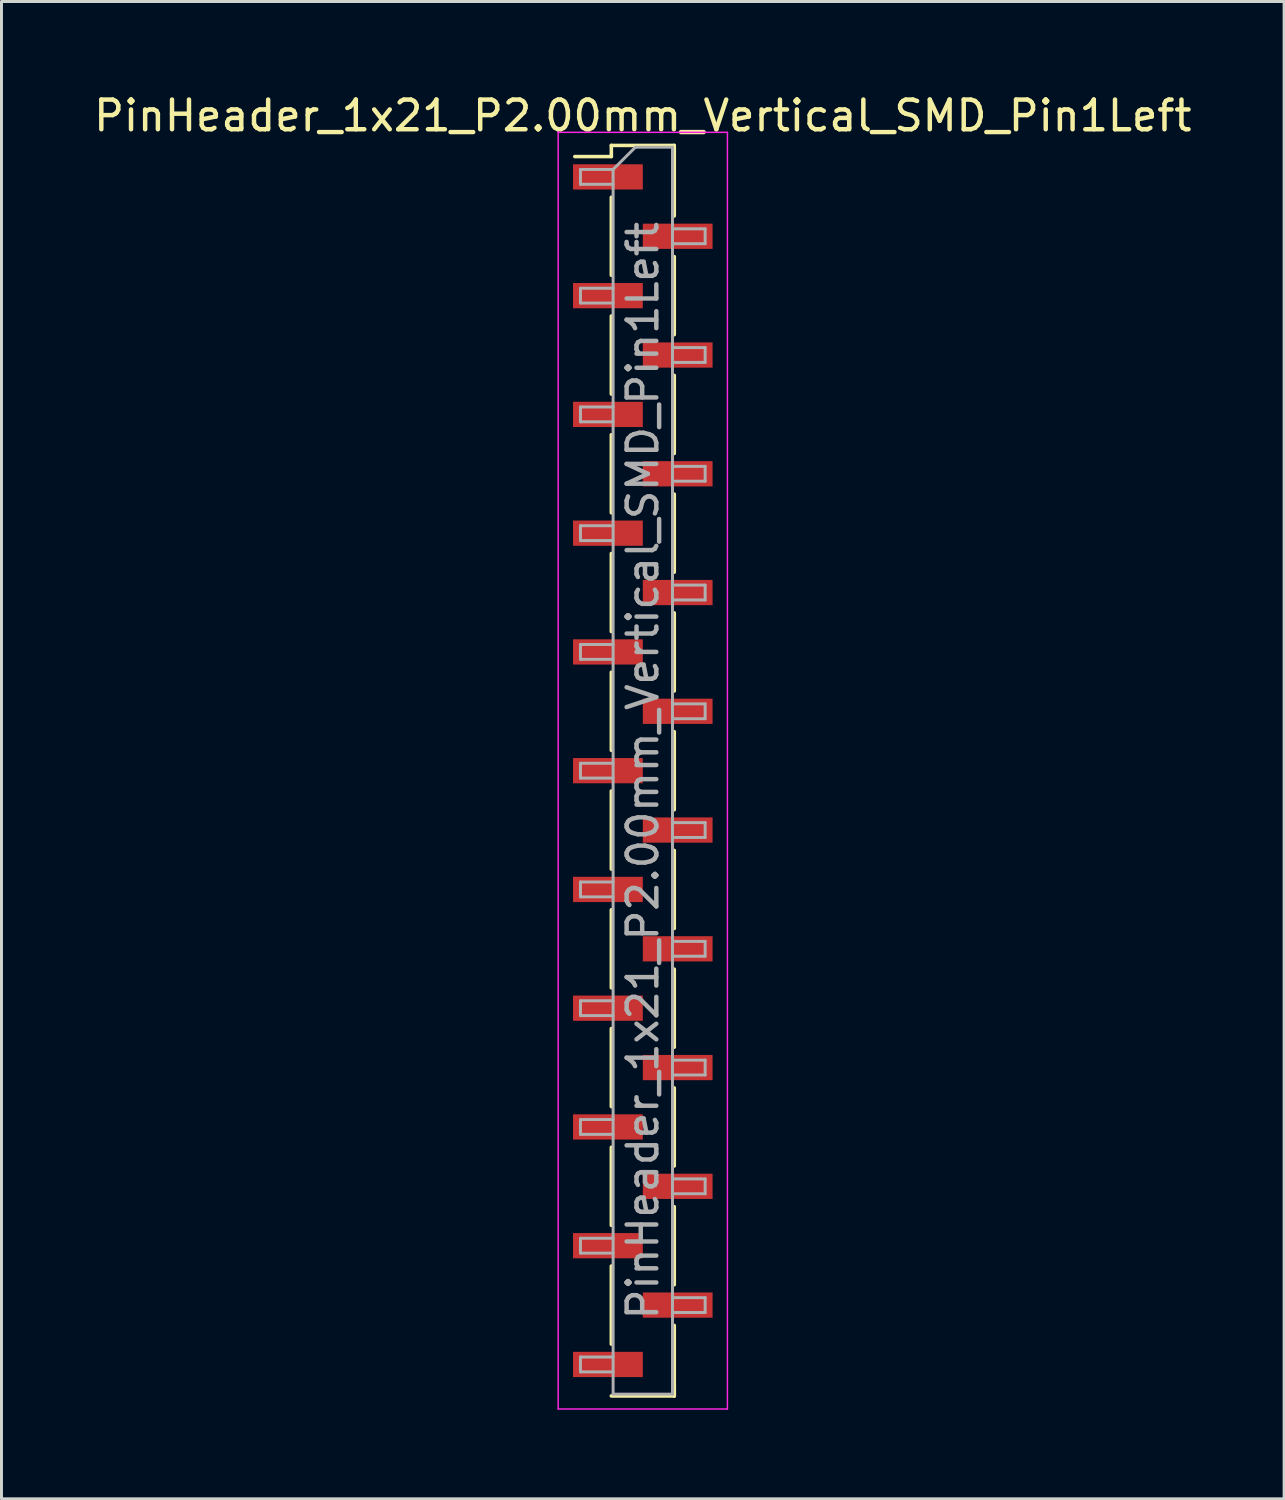
<source format=kicad_pcb>
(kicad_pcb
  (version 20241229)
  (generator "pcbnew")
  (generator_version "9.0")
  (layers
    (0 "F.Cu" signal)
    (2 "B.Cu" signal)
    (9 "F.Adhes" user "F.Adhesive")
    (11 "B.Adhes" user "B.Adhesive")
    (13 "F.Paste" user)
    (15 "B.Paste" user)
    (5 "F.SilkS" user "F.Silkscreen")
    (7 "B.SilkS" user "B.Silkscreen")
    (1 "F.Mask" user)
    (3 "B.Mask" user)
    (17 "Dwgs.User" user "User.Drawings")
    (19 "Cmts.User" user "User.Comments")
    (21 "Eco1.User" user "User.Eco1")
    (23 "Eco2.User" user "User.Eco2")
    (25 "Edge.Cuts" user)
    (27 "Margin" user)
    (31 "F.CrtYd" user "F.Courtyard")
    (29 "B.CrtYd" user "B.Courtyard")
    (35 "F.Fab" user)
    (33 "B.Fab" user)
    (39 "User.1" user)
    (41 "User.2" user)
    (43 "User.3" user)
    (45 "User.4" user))
  (footprint "PinHeader_1x21_P2.00mm_Vertical_SMD_Pin1Left"
    (layer "F.Cu")
    (at 18.601 22.908)
    (property "Reference" "PinHeader_1x21_P2.00mm_Vertical_SMD_Pin1Left" (at 0 -22.06 0) (layer "F.SilkS") (effects (font (size 1 1) (thickness 0.15))))
    (attr smd)
    (fp_line (start -1.06 -21.06) (end -1.06 -20.685) (stroke (width 0.12) (type solid)) (layer "F.SilkS"))
    (fp_line (start -1.06 -21.06) (end 1.06 -21.06) (stroke (width 0.12) (type solid)) (layer "F.SilkS"))
    (fp_line (start -1.06 -20.685) (end -2.29 -20.685) (stroke (width 0.12) (type solid)) (layer "F.SilkS"))
    (fp_line (start -1.06 -19.315) (end -1.06 -16.685) (stroke (width 0.12) (type solid)) (layer "F.SilkS"))
    (fp_line (start -1.06 -15.315) (end -1.06 -12.685) (stroke (width 0.12) (type solid)) (layer "F.SilkS"))
    (fp_line (start -1.06 -11.315) (end -1.06 -8.685) (stroke (width 0.12) (type solid)) (layer "F.SilkS"))
    (fp_line (start -1.06 -7.315) (end -1.06 -4.685) (stroke (width 0.12) (type solid)) (layer "F.SilkS"))
    (fp_line (start -1.06 -3.315) (end -1.06 -0.685) (stroke (width 0.12) (type solid)) (layer "F.SilkS"))
    (fp_line (start -1.06 0.685) (end -1.06 3.315) (stroke (width 0.12) (type solid)) (layer "F.SilkS"))
    (fp_line (start -1.06 4.685) (end -1.06 7.315) (stroke (width 0.12) (type solid)) (layer "F.SilkS"))
    (fp_line (start -1.06 8.685) (end -1.06 11.315) (stroke (width 0.12) (type solid)) (layer "F.SilkS"))
    (fp_line (start -1.06 12.685) (end -1.06 15.315) (stroke (width 0.12) (type solid)) (layer "F.SilkS"))
    (fp_line (start -1.06 16.685) (end -1.06 19.315) (stroke (width 0.12) (type solid)) (layer "F.SilkS"))
    (fp_line (start -1.06 21.06) (end 1.06 21.06) (stroke (width 0.12) (type solid)) (layer "F.SilkS"))
    (fp_line (start 1.06 -21.06) (end 1.06 -18.685) (stroke (width 0.12) (type solid)) (layer "F.SilkS"))
    (fp_line (start 1.06 -17.315) (end 1.06 -14.685) (stroke (width 0.12) (type solid)) (layer "F.SilkS"))
    (fp_line (start 1.06 -13.315) (end 1.06 -10.685) (stroke (width 0.12) (type solid)) (layer "F.SilkS"))
    (fp_line (start 1.06 -9.315) (end 1.06 -6.685) (stroke (width 0.12) (type solid)) (layer "F.SilkS"))
    (fp_line (start 1.06 -5.315) (end 1.06 -2.685) (stroke (width 0.12) (type solid)) (layer "F.SilkS"))
    (fp_line (start 1.06 -1.315) (end 1.06 1.315) (stroke (width 0.12) (type solid)) (layer "F.SilkS"))
    (fp_line (start 1.06 2.685) (end 1.06 5.315) (stroke (width 0.12) (type solid)) (layer "F.SilkS"))
    (fp_line (start 1.06 6.685) (end 1.06 9.315) (stroke (width 0.12) (type solid)) (layer "F.SilkS"))
    (fp_line (start 1.06 10.685) (end 1.06 13.315) (stroke (width 0.12) (type solid)) (layer "F.SilkS"))
    (fp_line (start 1.06 14.685) (end 1.06 17.315) (stroke (width 0.12) (type solid)) (layer "F.SilkS"))
    (fp_line (start 1.06 18.685) (end 1.06 21.06) (stroke (width 0.12) (type solid)) (layer "F.SilkS"))
    (fp_line (start 1.06 20.685) (end 1.06 21.06) (stroke (width 0.12) (type solid)) (layer "F.SilkS"))
    (fp_line (start -2.85 -21.5) (end -2.85 21.5) (stroke (width 0.05) (type solid)) (layer "F.CrtYd"))
    (fp_line (start -2.85 21.5) (end 2.85 21.5) (stroke (width 0.05) (type solid)) (layer "F.CrtYd"))
    (fp_line (start 2.85 -21.5) (end -2.85 -21.5) (stroke (width 0.05) (type solid)) (layer "F.CrtYd"))
    (fp_line (start 2.85 21.5) (end 2.85 -21.5) (stroke (width 0.05) (type solid)) (layer "F.CrtYd"))
    (fp_line (start -2.1 -20.25) (end -2.1 -19.75) (stroke (width 0.1) (type solid)) (layer "F.Fab"))
    (fp_line (start -2.1 -19.75) (end -1 -19.75) (stroke (width 0.1) (type solid)) (layer "F.Fab"))
    (fp_line (start -2.1 -16.25) (end -2.1 -15.75) (stroke (width 0.1) (type solid)) (layer "F.Fab"))
    (fp_line (start -2.1 -15.75) (end -1 -15.75) (stroke (width 0.1) (type solid)) (layer "F.Fab"))
    (fp_line (start -2.1 -12.25) (end -2.1 -11.75) (stroke (width 0.1) (type solid)) (layer "F.Fab"))
    (fp_line (start -2.1 -11.75) (end -1 -11.75) (stroke (width 0.1) (type solid)) (layer "F.Fab"))
    (fp_line (start -2.1 -8.25) (end -2.1 -7.75) (stroke (width 0.1) (type solid)) (layer "F.Fab"))
    (fp_line (start -2.1 -7.75) (end -1 -7.75) (stroke (width 0.1) (type solid)) (layer "F.Fab"))
    (fp_line (start -2.1 -4.25) (end -2.1 -3.75) (stroke (width 0.1) (type solid)) (layer "F.Fab"))
    (fp_line (start -2.1 -3.75) (end -1 -3.75) (stroke (width 0.1) (type solid)) (layer "F.Fab"))
    (fp_line (start -2.1 -0.25) (end -2.1 0.25) (stroke (width 0.1) (type solid)) (layer "F.Fab"))
    (fp_line (start -2.1 0.25) (end -1 0.25) (stroke (width 0.1) (type solid)) (layer "F.Fab"))
    (fp_line (start -2.1 3.75) (end -2.1 4.25) (stroke (width 0.1) (type solid)) (layer "F.Fab"))
    (fp_line (start -2.1 4.25) (end -1 4.25) (stroke (width 0.1) (type solid)) (layer "F.Fab"))
    (fp_line (start -2.1 7.75) (end -2.1 8.25) (stroke (width 0.1) (type solid)) (layer "F.Fab"))
    (fp_line (start -2.1 8.25) (end -1 8.25) (stroke (width 0.1) (type solid)) (layer "F.Fab"))
    (fp_line (start -2.1 11.75) (end -2.1 12.25) (stroke (width 0.1) (type solid)) (layer "F.Fab"))
    (fp_line (start -2.1 12.25) (end -1 12.25) (stroke (width 0.1) (type solid)) (layer "F.Fab"))
    (fp_line (start -2.1 15.75) (end -2.1 16.25) (stroke (width 0.1) (type solid)) (layer "F.Fab"))
    (fp_line (start -2.1 16.25) (end -1 16.25) (stroke (width 0.1) (type solid)) (layer "F.Fab"))
    (fp_line (start -2.1 19.75) (end -2.1 20.25) (stroke (width 0.1) (type solid)) (layer "F.Fab"))
    (fp_line (start -2.1 20.25) (end -1 20.25) (stroke (width 0.1) (type solid)) (layer "F.Fab"))
    (fp_line (start -1 -20.25) (end -2.1 -20.25) (stroke (width 0.1) (type solid)) (layer "F.Fab"))
    (fp_line (start -1 -20.25) (end -0.25 -21) (stroke (width 0.1) (type solid)) (layer "F.Fab"))
    (fp_line (start -1 -16.25) (end -2.1 -16.25) (stroke (width 0.1) (type solid)) (layer "F.Fab"))
    (fp_line (start -1 -12.25) (end -2.1 -12.25) (stroke (width 0.1) (type solid)) (layer "F.Fab"))
    (fp_line (start -1 -8.25) (end -2.1 -8.25) (stroke (width 0.1) (type solid)) (layer "F.Fab"))
    (fp_line (start -1 -4.25) (end -2.1 -4.25) (stroke (width 0.1) (type solid)) (layer "F.Fab"))
    (fp_line (start -1 -0.25) (end -2.1 -0.25) (stroke (width 0.1) (type solid)) (layer "F.Fab"))
    (fp_line (start -1 3.75) (end -2.1 3.75) (stroke (width 0.1) (type solid)) (layer "F.Fab"))
    (fp_line (start -1 7.75) (end -2.1 7.75) (stroke (width 0.1) (type solid)) (layer "F.Fab"))
    (fp_line (start -1 11.75) (end -2.1 11.75) (stroke (width 0.1) (type solid)) (layer "F.Fab"))
    (fp_line (start -1 15.75) (end -2.1 15.75) (stroke (width 0.1) (type solid)) (layer "F.Fab"))
    (fp_line (start -1 19.75) (end -2.1 19.75) (stroke (width 0.1) (type solid)) (layer "F.Fab"))
    (fp_line (start -1 21) (end -1 -20.25) (stroke (width 0.1) (type solid)) (layer "F.Fab"))
    (fp_line (start -0.25 -21) (end 1 -21) (stroke (width 0.1) (type solid)) (layer "F.Fab"))
    (fp_line (start 1 -21) (end 1 21) (stroke (width 0.1) (type solid)) (layer "F.Fab"))
    (fp_line (start 1 -18.25) (end 2.1 -18.25) (stroke (width 0.1) (type solid)) (layer "F.Fab"))
    (fp_line (start 1 -14.25) (end 2.1 -14.25) (stroke (width 0.1) (type solid)) (layer "F.Fab"))
    (fp_line (start 1 -10.25) (end 2.1 -10.25) (stroke (width 0.1) (type solid)) (layer "F.Fab"))
    (fp_line (start 1 -6.25) (end 2.1 -6.25) (stroke (width 0.1) (type solid)) (layer "F.Fab"))
    (fp_line (start 1 -2.25) (end 2.1 -2.25) (stroke (width 0.1) (type solid)) (layer "F.Fab"))
    (fp_line (start 1 1.75) (end 2.1 1.75) (stroke (width 0.1) (type solid)) (layer "F.Fab"))
    (fp_line (start 1 5.75) (end 2.1 5.75) (stroke (width 0.1) (type solid)) (layer "F.Fab"))
    (fp_line (start 1 9.75) (end 2.1 9.75) (stroke (width 0.1) (type solid)) (layer "F.Fab"))
    (fp_line (start 1 13.75) (end 2.1 13.75) (stroke (width 0.1) (type solid)) (layer "F.Fab"))
    (fp_line (start 1 17.75) (end 2.1 17.75) (stroke (width 0.1) (type solid)) (layer "F.Fab"))
    (fp_line (start 1 21) (end -1 21) (stroke (width 0.1) (type solid)) (layer "F.Fab"))
    (fp_line (start 2.1 -18.25) (end 2.1 -17.75) (stroke (width 0.1) (type solid)) (layer "F.Fab"))
    (fp_line (start 2.1 -17.75) (end 1 -17.75) (stroke (width 0.1) (type solid)) (layer "F.Fab"))
    (fp_line (start 2.1 -14.25) (end 2.1 -13.75) (stroke (width 0.1) (type solid)) (layer "F.Fab"))
    (fp_line (start 2.1 -13.75) (end 1 -13.75) (stroke (width 0.1) (type solid)) (layer "F.Fab"))
    (fp_line (start 2.1 -10.25) (end 2.1 -9.75) (stroke (width 0.1) (type solid)) (layer "F.Fab"))
    (fp_line (start 2.1 -9.75) (end 1 -9.75) (stroke (width 0.1) (type solid)) (layer "F.Fab"))
    (fp_line (start 2.1 -6.25) (end 2.1 -5.75) (stroke (width 0.1) (type solid)) (layer "F.Fab"))
    (fp_line (start 2.1 -5.75) (end 1 -5.75) (stroke (width 0.1) (type solid)) (layer "F.Fab"))
    (fp_line (start 2.1 -2.25) (end 2.1 -1.75) (stroke (width 0.1) (type solid)) (layer "F.Fab"))
    (fp_line (start 2.1 -1.75) (end 1 -1.75) (stroke (width 0.1) (type solid)) (layer "F.Fab"))
    (fp_line (start 2.1 1.75) (end 2.1 2.25) (stroke (width 0.1) (type solid)) (layer "F.Fab"))
    (fp_line (start 2.1 2.25) (end 1 2.25) (stroke (width 0.1) (type solid)) (layer "F.Fab"))
    (fp_line (start 2.1 5.75) (end 2.1 6.25) (stroke (width 0.1) (type solid)) (layer "F.Fab"))
    (fp_line (start 2.1 6.25) (end 1 6.25) (stroke (width 0.1) (type solid)) (layer "F.Fab"))
    (fp_line (start 2.1 9.75) (end 2.1 10.25) (stroke (width 0.1) (type solid)) (layer "F.Fab"))
    (fp_line (start 2.1 10.25) (end 1 10.25) (stroke (width 0.1) (type solid)) (layer "F.Fab"))
    (fp_line (start 2.1 13.75) (end 2.1 14.25) (stroke (width 0.1) (type solid)) (layer "F.Fab"))
    (fp_line (start 2.1 14.25) (end 1 14.25) (stroke (width 0.1) (type solid)) (layer "F.Fab"))
    (fp_line (start 2.1 17.75) (end 2.1 18.25) (stroke (width 0.1) (type solid)) (layer "F.Fab"))
    (fp_line (start 2.1 18.25) (end 1 18.25) (stroke (width 0.1) (type solid)) (layer "F.Fab"))
    (fp_text user "${REFERENCE}" (at 0 0 90) (layer "F.Fab") (effects (font (size 1 1) (thickness 0.15))))
    (pad "1" smd rect (at -1.175 -20) (size 2.35 0.85) (layers "F.Cu" "F.Mask" "F.Paste"))
    (pad "2" smd rect (at 1.175 -18) (size 2.35 0.85) (layers "F.Cu" "F.Mask" "F.Paste"))
    (pad "3" smd rect (at -1.175 -16) (size 2.35 0.85) (layers "F.Cu" "F.Mask" "F.Paste"))
    (pad "4" smd rect (at 1.175 -14) (size 2.35 0.85) (layers "F.Cu" "F.Mask" "F.Paste"))
    (pad "5" smd rect (at -1.175 -12) (size 2.35 0.85) (layers "F.Cu" "F.Mask" "F.Paste"))
    (pad "6" smd rect (at 1.175 -10) (size 2.35 0.85) (layers "F.Cu" "F.Mask" "F.Paste"))
    (pad "7" smd rect (at -1.175 -8) (size 2.35 0.85) (layers "F.Cu" "F.Mask" "F.Paste"))
    (pad "8" smd rect (at 1.175 -6) (size 2.35 0.85) (layers "F.Cu" "F.Mask" "F.Paste"))
    (pad "9" smd rect (at -1.175 -4) (size 2.35 0.85) (layers "F.Cu" "F.Mask" "F.Paste"))
    (pad "10" smd rect (at 1.175 -2) (size 2.35 0.85) (layers "F.Cu" "F.Mask" "F.Paste"))
    (pad "11" smd rect (at -1.175 0) (size 2.35 0.85) (layers "F.Cu" "F.Mask" "F.Paste"))
    (pad "12" smd rect (at 1.175 2) (size 2.35 0.85) (layers "F.Cu" "F.Mask" "F.Paste"))
    (pad "13" smd rect (at -1.175 4) (size 2.35 0.85) (layers "F.Cu" "F.Mask" "F.Paste"))
    (pad "14" smd rect (at 1.175 6) (size 2.35 0.85) (layers "F.Cu" "F.Mask" "F.Paste"))
    (pad "15" smd rect (at -1.175 8) (size 2.35 0.85) (layers "F.Cu" "F.Mask" "F.Paste"))
    (pad "16" smd rect (at 1.175 10) (size 2.35 0.85) (layers "F.Cu" "F.Mask" "F.Paste"))
    (pad "17" smd rect (at -1.175 12) (size 2.35 0.85) (layers "F.Cu" "F.Mask" "F.Paste"))
    (pad "18" smd rect (at 1.175 14) (size 2.35 0.85) (layers "F.Cu" "F.Mask" "F.Paste"))
    (pad "19" smd rect (at -1.175 16) (size 2.35 0.85) (layers "F.Cu" "F.Mask" "F.Paste"))
    (pad "20" smd rect (at 1.175 18) (size 2.35 0.85) (layers "F.Cu" "F.Mask" "F.Paste"))
    (pad "21" smd rect (at -1.175 20) (size 2.35 0.85) (layers "F.Cu" "F.Mask" "F.Paste")))
  (gr_rect
    (start -3 -3)
    (end 40.202 47.433)
    (stroke (width 0.1) (type default))
    (fill no)
    (layer "Edge.Cuts")))
</source>
